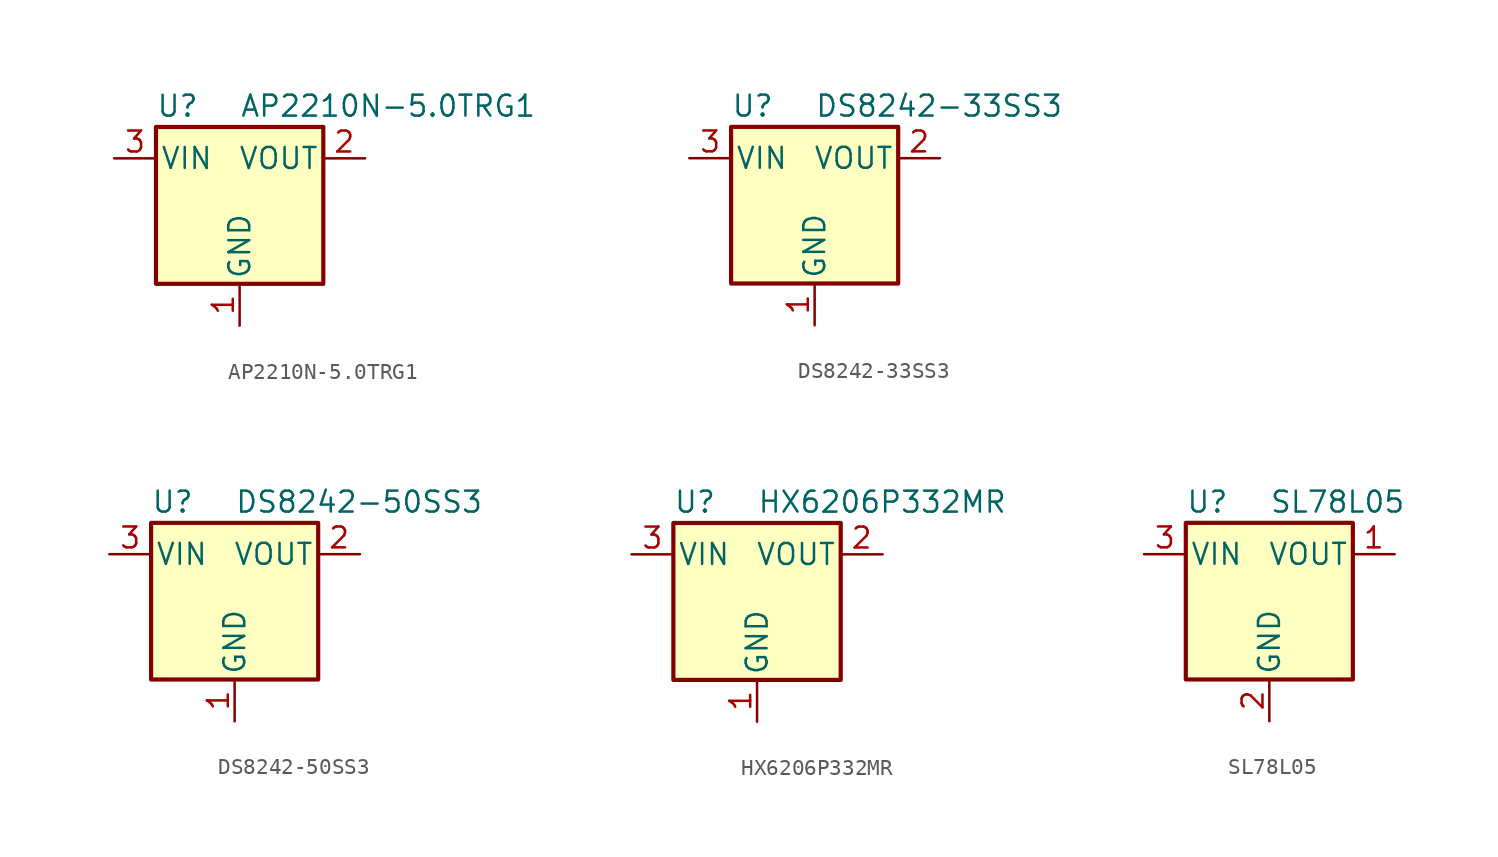
<source format=kicad_sym>
(kicad_symbol_lib
  (version 20231120)
  (generator "kicad_symbol_editor")
  (generator_version "8.0")
  (symbol "AP2210N-5.0TRG1"
    (pin_names
      (offset 0.254))
    (property "Reference" "U"
      (at -5.08 5.715 0)
      (effects (font (size 1.27 1.27)) (justify left)))
    (property "Value" "AP2210N-5.0TRG1"
      (at 0 5.715 0)
      (effects (font (size 1.27 1.27)) (justify left)))
    (symbol "AP2210N-5.0TRG1_0_1"
      (rectangle (start -5.08 4.445) (end 5.08 -5.08) (stroke (width 0.254) (type default)) (fill (type background))))
    (symbol "AP2210N-5.0TRG1_1_1"
      (pin power_in line (at 0 -7.62 90) (length 2.54) (name "GND" (effects (font (size 1.27 1.27)))) (number "1" (effects (font (size 1.27 1.27)))))
      (pin power_out line (at 7.62 2.54 180) (length 2.54) (name "VOUT" (effects (font (size 1.27 1.27)))) (number "2" (effects (font (size 1.27 1.27)))))
      (pin power_in line (at -7.62 2.54 0) (length 2.54) (name "VIN" (effects (font (size 1.27 1.27)))) (number "3" (effects (font (size 1.27 1.27)))))))
  (symbol "DS8242-33SS3"
    (pin_names
      (offset 0.254))
    (property "Reference" "U"
      (at -5.08 5.715 0)
      (effects (font (size 1.27 1.27)) (justify left)))
    (property "Value" "DS8242-33SS3"
      (at 0 5.715 0)
      (effects (font (size 1.27 1.27)) (justify left)))
    (symbol "DS8242-33SS3_0_1"
      (rectangle (start -5.08 4.445) (end 5.08 -5.08) (stroke (width 0.254) (type default)) (fill (type background))))
    (symbol "DS8242-33SS3_1_1"
      (pin power_in line (at 0 -7.62 90) (length 2.54) (name "GND" (effects (font (size 1.27 1.27)))) (number "1" (effects (font (size 1.27 1.27)))))
      (pin power_out line (at 7.62 2.54 180) (length 2.54) (name "VOUT" (effects (font (size 1.27 1.27)))) (number "2" (effects (font (size 1.27 1.27)))))
      (pin power_in line (at -7.62 2.54 0) (length 2.54) (name "VIN" (effects (font (size 1.27 1.27)))) (number "3" (effects (font (size 1.27 1.27)))))))
  (symbol "DS8242-50SS3"
    (pin_names
      (offset 0.254))
    (property "Reference" "U"
      (at -5.08 5.715 0)
      (effects (font (size 1.27 1.27)) (justify left)))
    (property "Value" "DS8242-50SS3"
      (at 0 5.715 0)
      (effects (font (size 1.27 1.27)) (justify left)))
    (symbol "DS8242-50SS3_0_1"
      (rectangle (start -5.08 4.445) (end 5.08 -5.08) (stroke (width 0.254) (type default)) (fill (type background))))
    (symbol "DS8242-50SS3_1_1"
      (pin power_in line (at 0 -7.62 90) (length 2.54) (name "GND" (effects (font (size 1.27 1.27)))) (number "1" (effects (font (size 1.27 1.27)))))
      (pin power_out line (at 7.62 2.54 180) (length 2.54) (name "VOUT" (effects (font (size 1.27 1.27)))) (number "2" (effects (font (size 1.27 1.27)))))
      (pin power_in line (at -7.62 2.54 0) (length 2.54) (name "VIN" (effects (font (size 1.27 1.27)))) (number "3" (effects (font (size 1.27 1.27)))))))
  (symbol "HX6206P332MR"
    (pin_names
      (offset 0.254))
    (property "Reference" "U"
      (at -5.08 5.715 0)
      (effects (font (size 1.27 1.27)) (justify left)))
    (property "Value" "HX6206P332MR"
      (at 0 5.715 0)
      (effects (font (size 1.27 1.27)) (justify left)))
    (symbol "HX6206P332MR_0_1"
      (rectangle (start -5.08 4.445) (end 5.08 -5.08) (stroke (width 0.254) (type default)) (fill (type background))))
    (symbol "HX6206P332MR_1_1"
      (pin power_in line (at 0 -7.62 90) (length 2.54) (name "GND" (effects (font (size 1.27 1.27)))) (number "1" (effects (font (size 1.27 1.27)))))
      (pin power_out line (at 7.62 2.54 180) (length 2.54) (name "VOUT" (effects (font (size 1.27 1.27)))) (number "2" (effects (font (size 1.27 1.27)))))
      (pin power_in line (at -7.62 2.54 0) (length 2.54) (name "VIN" (effects (font (size 1.27 1.27)))) (number "3" (effects (font (size 1.27 1.27)))))))
  (symbol "SL78L05"
    (pin_names
      (offset 0.254))
    (property "Reference" "U"
      (at -5.08 5.715 0)
      (effects (font (size 1.27 1.27)) (justify left)))
    (property "Value" "SL78L05"
      (at 0 5.715 0)
      (effects (font (size 1.27 1.27)) (justify left)))
    (symbol "SL78L05_0_1"
      (rectangle (start -5.08 4.445) (end 5.08 -5.08) (stroke (width 0.254) (type default)) (fill (type background))))
    (symbol "SL78L05_1_1"
      (pin power_out line (at 7.62 2.54 180) (length 2.54) (name "VOUT" (effects (font (size 1.27 1.27)))) (number "1" (effects (font (size 1.27 1.27)))))
      (pin power_in line (at 0 -7.62 90) (length 2.54) (name "GND" (effects (font (size 1.27 1.27)))) (number "2" (effects (font (size 1.27 1.27)))))
      (pin power_in line (at -7.62 2.54 0) (length 2.54) (name "VIN" (effects (font (size 1.27 1.27)))) (number "3" (effects (font (size 1.27 1.27))))))))
</source>
